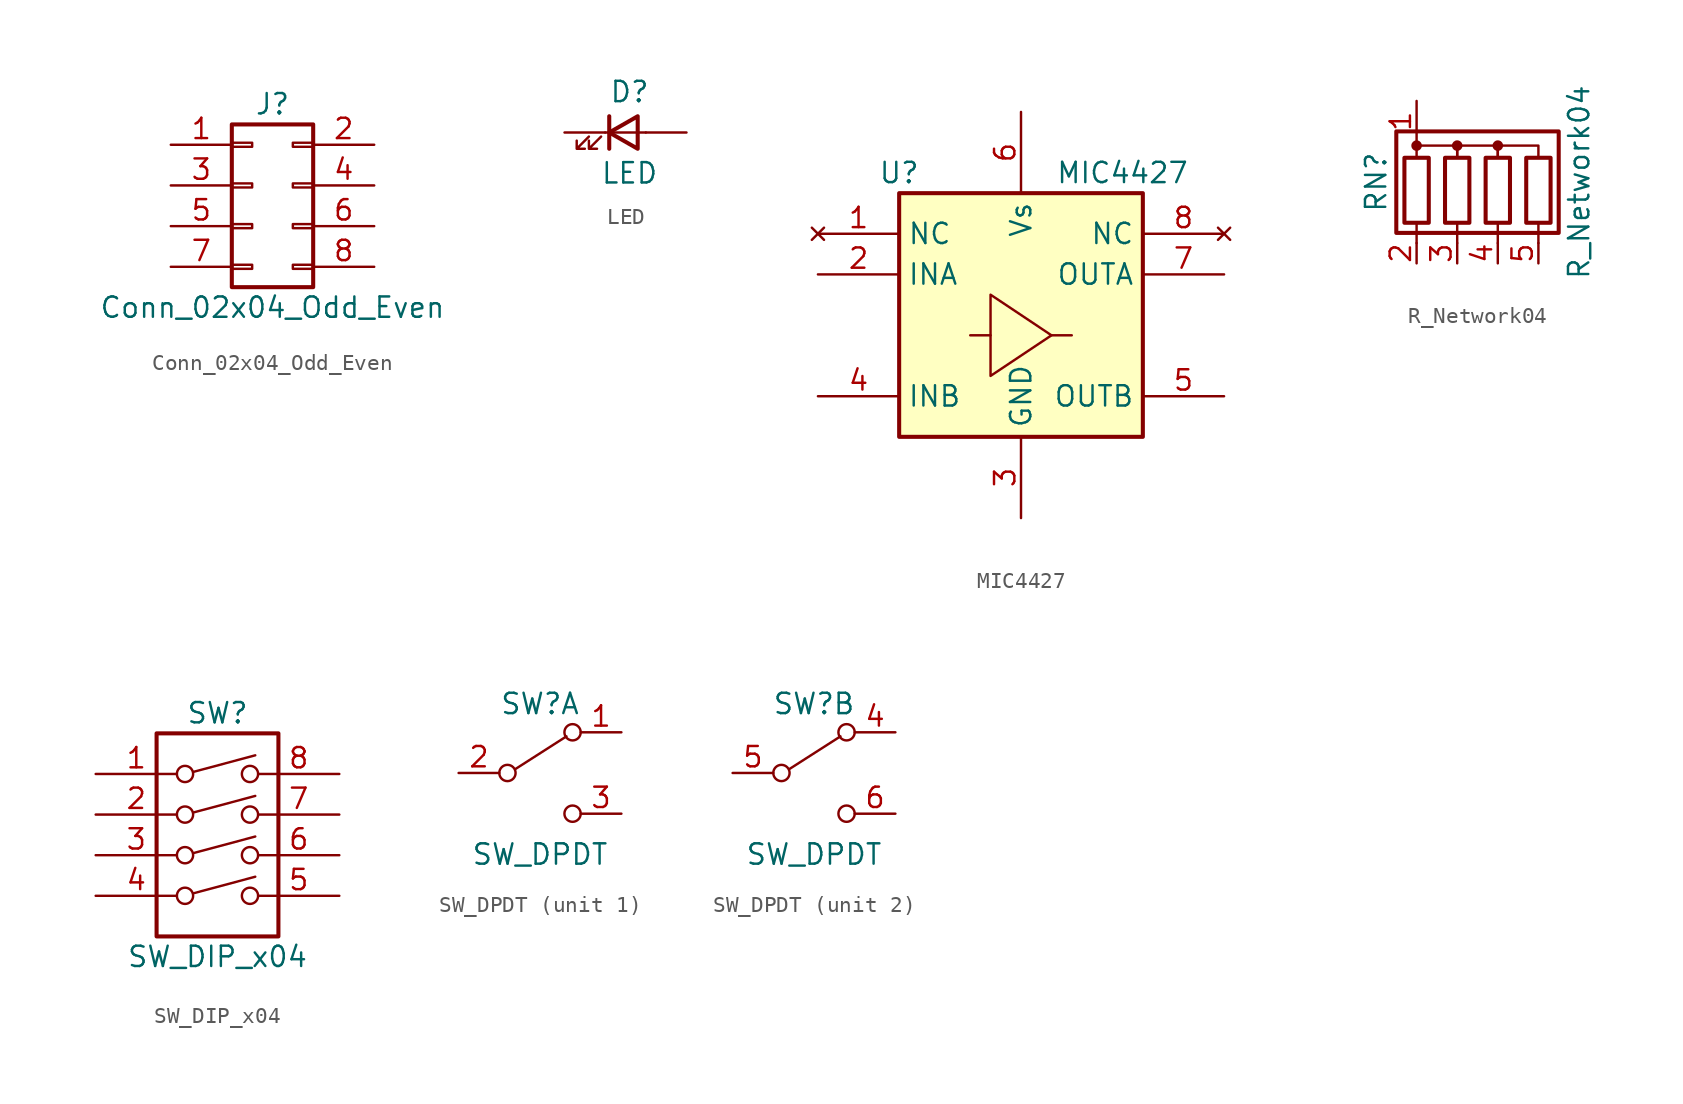
<source format=kicad_sym>
(kicad_symbol_lib
  (version 20220914)
  (generator kicad_symbol_editor)
  (symbol "Conn_02x04_Odd_Even"
    (pin_names
      (offset 1.016) hide)
    (property "Reference" "J"
      (at 1.27 5.08 0)
      (effects (font (size 1.27 1.27))))
    (property "Value" "Conn_02x04_Odd_Even"
      (at 1.27 -7.62 0)
      (effects (font (size 1.27 1.27))))
    (symbol "Conn_02x04_Odd_Even_1_1"
      (rectangle (start -1.27 -4.953) (end 0 -5.207) (stroke (width 0.152) (type default)) (fill (type none)))
      (rectangle (start -1.27 -2.413) (end 0 -2.667) (stroke (width 0.152) (type default)) (fill (type none)))
      (rectangle (start -1.27 0.127) (end 0 -0.127) (stroke (width 0.152) (type default)) (fill (type none)))
      (rectangle (start -1.27 2.667) (end 0 2.413) (stroke (width 0.152) (type default)) (fill (type none)))
      (rectangle (start -1.27 3.81) (end 3.81 -6.35) (stroke (width 0.254) (type default)) (fill (type none)))
      (rectangle (start 3.81 -4.953) (end 2.54 -5.207) (stroke (width 0.152) (type default)) (fill (type none)))
      (rectangle (start 3.81 -2.413) (end 2.54 -2.667) (stroke (width 0.152) (type default)) (fill (type none)))
      (rectangle (start 3.81 0.127) (end 2.54 -0.127) (stroke (width 0.152) (type default)) (fill (type none)))
      (rectangle (start 3.81 2.667) (end 2.54 2.413) (stroke (width 0.152) (type default)) (fill (type none)))
      (pin passive line (at -5.08 2.54 0) (length 3.81) (name "Pin_1" (effects (font (size 1.27 1.27)))) (number "1" (effects (font (size 1.27 1.27)))))
      (pin passive line (at 7.62 2.54 180) (length 3.81) (name "Pin_2" (effects (font (size 1.27 1.27)))) (number "2" (effects (font (size 1.27 1.27)))))
      (pin passive line (at -5.08 0 0) (length 3.81) (name "Pin_3" (effects (font (size 1.27 1.27)))) (number "3" (effects (font (size 1.27 1.27)))))
      (pin passive line (at 7.62 0 180) (length 3.81) (name "Pin_4" (effects (font (size 1.27 1.27)))) (number "4" (effects (font (size 1.27 1.27)))))
      (pin passive line (at -5.08 -2.54 0) (length 3.81) (name "Pin_5" (effects (font (size 1.27 1.27)))) (number "5" (effects (font (size 1.27 1.27)))))
      (pin passive line (at 7.62 -2.54 180) (length 3.81) (name "Pin_6" (effects (font (size 1.27 1.27)))) (number "6" (effects (font (size 1.27 1.27)))))
      (pin passive line (at -5.08 -5.08 0) (length 3.81) (name "Pin_7" (effects (font (size 1.27 1.27)))) (number "7" (effects (font (size 1.27 1.27)))))
      (pin passive line (at 7.62 -5.08 180) (length 3.81) (name "Pin_8" (effects (font (size 1.27 1.27)))) (number "8" (effects (font (size 1.27 1.27)))))))
  (symbol "LED"
    (pin_numbers hide)
    (pin_names
      (offset 1.016) hide)
    (property "Reference" "D"
      (at 0.254 2.54 0)
      (effects (font (size 1.27 1.27))))
    (property "Value" "LED"
      (at 0.254 -2.54 0)
      (effects (font (size 1.27 1.27))))
    (symbol "LED_0_1"
      (polyline (pts (xy -1.27 0) (xy 1.27 0)) (stroke (width 0) (type default)) (fill (type none)))
      (polyline (pts (xy -1.016 -1.016) (xy -1.016 1.016)) (stroke (width 0.254) (type default)) (fill (type none)))
      (polyline (pts (xy 0.762 -1.016) (xy 0.762 1.016) (xy -1.016 0) (xy 0.762 -1.016)) (stroke (width 0.254) (type default)) (fill (type none)))
      (polyline (pts (xy -2.286 -0.254) (xy -3.048 -1.016) (xy -2.54 -1.016) (xy -3.048 -1.016) (xy -3.048 -0.508)) (stroke (width 0) (type default)) (fill (type none)))
      (polyline (pts (xy -1.524 -0.254) (xy -2.286 -1.016) (xy -1.778 -1.016) (xy -2.286 -1.016) (xy -2.286 -0.508)) (stroke (width 0) (type default)) (fill (type none))))
    (symbol "LED_1_1"
      (pin passive line (at -3.81 0 0) (length 2.54) (name "K" (effects (font (size 1.27 1.27)))) (number "1" (effects (font (size 1.27 1.27)))))
      (pin passive line (at 3.81 0 180) (length 2.54) (name "A" (effects (font (size 1.27 1.27)))) (number "2" (effects (font (size 1.27 1.27)))))))
  (symbol "MIC4427"
    (property "Reference" "U"
      (at -7.62 -11.43 0)
      (effects (font (size 1.27 1.27))))
    (property "Value" "MIC4427"
      (at 6.35 -11.43 0)
      (effects (font (size 1.27 1.27))))
    (symbol "MIC4427_1_0"
      (pin no_connect line (at -12.7 -15.24 0) (length 5.08) (name "NC" (effects (font (size 1.27 1.27)))) (number "1" (effects (font (size 1.27 1.27)))))
      (pin input line (at -12.7 -17.78 0) (length 5.08) (name "INA" (effects (font (size 1.27 1.27)))) (number "2" (effects (font (size 1.27 1.27)))))
      (pin power_in line (at 0 -33.02 90) (length 5.08) (name "GND" (effects (font (size 1.27 1.27)))) (number "3" (effects (font (size 1.27 1.27)))))
      (pin input line (at -12.7 -25.4 0) (length 5.08) (name "INB" (effects (font (size 1.27 1.27)))) (number "4" (effects (font (size 1.27 1.27)))))
      (pin output line (at 12.7 -25.4 180) (length 5.08) (name "OUTB" (effects (font (size 1.27 1.27)))) (number "5" (effects (font (size 1.27 1.27)))))
      (pin power_in line (at 0 -7.62 270) (length 5.08) (name "Vs" (effects (font (size 1.27 1.27)))) (number "6" (effects (font (size 1.27 1.27)))))
      (pin output line (at 12.7 -17.78 180) (length 5.08) (name "OUTA" (effects (font (size 1.27 1.27)))) (number "7" (effects (font (size 1.27 1.27)))))
      (pin no_connect line (at 12.7 -15.24 180) (length 5.08) (name "NC" (effects (font (size 1.27 1.27)))) (number "8" (effects (font (size 1.27 1.27))))))
    (symbol "MIC4427_1_1"
      (rectangle (start -7.62 -12.7) (end 7.62 -27.94) (stroke (width 0.254) (type default)) (fill (type background)))
      (polyline (pts (xy -1.905 -21.59) (xy -3.175 -21.59)) (stroke (width 0) (type default)) (fill (type none)))
      (polyline (pts (xy 1.905 -21.59) (xy 3.175 -21.59)) (stroke (width 0) (type default)) (fill (type none)))
      (polyline (pts (xy 1.905 -21.59) (xy -1.905 -19.05) (xy -1.905 -24.13) (xy 1.905 -21.59)) (stroke (width 0) (type default)) (fill (type none)))))
  (symbol "R_Network04"
    (pin_names
      (offset 0) hide)
    (property "Reference" "RN"
      (at -7.62 0 90)
      (effects (font (size 1.27 1.27))))
    (property "Value" "R_Network04"
      (at 5.08 0 90)
      (effects (font (size 1.27 1.27))))
    (symbol "R_Network04_0_1"
      (rectangle (start -5.842 1.524) (end -4.318 -2.54) (stroke (width 0.254) (type default)) (fill (type none)))
      (circle (center -5.08 2.286) (radius 0.254) (stroke (width 0) (type default)) (fill (type outline)))
      (rectangle (start -3.302 1.524) (end -1.778 -2.54) (stroke (width 0.254) (type default)) (fill (type none)))
      (circle (center -2.54 2.286) (radius 0.254) (stroke (width 0) (type default)) (fill (type outline)))
      (rectangle (start -0.762 1.524) (end 0.762 -2.54) (stroke (width 0.254) (type default)) (fill (type none)))
      (polyline (pts (xy -5.08 -2.54) (xy -5.08 -3.81)) (stroke (width 0) (type default)) (fill (type none)))
      (polyline (pts (xy -2.54 -2.54) (xy -2.54 -3.81)) (stroke (width 0) (type default)) (fill (type none)))
      (polyline (pts (xy 0 -2.54) (xy 0 -3.81)) (stroke (width 0) (type default)) (fill (type none)))
      (polyline (pts (xy 2.54 -2.54) (xy 2.54 -3.81)) (stroke (width 0) (type default)) (fill (type none)))
      (polyline (pts (xy -5.08 1.524) (xy -5.08 2.286) (xy -2.54 2.286) (xy -2.54 1.524)) (stroke (width 0) (type default)) (fill (type none)))
      (polyline (pts (xy -2.54 1.524) (xy -2.54 2.286) (xy 0 2.286) (xy 0 1.524)) (stroke (width 0) (type default)) (fill (type none)))
      (polyline (pts (xy 0 1.524) (xy 0 2.286) (xy 2.54 2.286) (xy 2.54 1.524)) (stroke (width 0) (type default)) (fill (type none)))
      (circle (center 0 2.286) (radius 0.254) (stroke (width 0) (type default)) (fill (type outline)))
      (rectangle (start 1.778 1.524) (end 3.302 -2.54) (stroke (width 0.254) (type default)) (fill (type none))))
    (symbol "R_Network04_1_1"
      (rectangle (start -6.35 3.175) (end 3.81 -3.175) (stroke (width 0.254) (type default)) (fill (type none)))
      (pin passive line (at -5.08 5.08 270) (length 2.54) (name "common" (effects (font (size 1.27 1.27)))) (number "1" (effects (font (size 1.27 1.27)))))
      (pin passive line (at -5.08 -5.08 90) (length 1.27) (name "R1" (effects (font (size 1.27 1.27)))) (number "2" (effects (font (size 1.27 1.27)))))
      (pin passive line (at -2.54 -5.08 90) (length 1.27) (name "R2" (effects (font (size 1.27 1.27)))) (number "3" (effects (font (size 1.27 1.27)))))
      (pin passive line (at 0 -5.08 90) (length 1.27) (name "R3" (effects (font (size 1.27 1.27)))) (number "4" (effects (font (size 1.27 1.27)))))
      (pin passive line (at 2.54 -5.08 90) (length 1.27) (name "R4" (effects (font (size 1.27 1.27)))) (number "5" (effects (font (size 1.27 1.27)))))))
  (symbol "SW_DIP_x04"
    (pin_names
      (offset 0) hide)
    (property "Reference" "SW"
      (at 0 8.89 0)
      (effects (font (size 1.27 1.27))))
    (property "Value" "SW_DIP_x04"
      (at 0 -6.35 0)
      (effects (font (size 1.27 1.27))))
    (symbol "SW_DIP_x04_0_0"
      (circle (center -2.032 -2.54) (radius 0.508) (stroke (width 0) (type default)) (fill (type none)))
      (circle (center -2.032 0) (radius 0.508) (stroke (width 0) (type default)) (fill (type none)))
      (circle (center -2.032 2.54) (radius 0.508) (stroke (width 0) (type default)) (fill (type none)))
      (circle (center -2.032 5.08) (radius 0.508) (stroke (width 0) (type default)) (fill (type none)))
      (polyline (pts (xy -1.524 -2.388) (xy 2.362 -1.346)) (stroke (width 0) (type default)) (fill (type none)))
      (polyline (pts (xy -1.524 0.127) (xy 2.362 1.168)) (stroke (width 0) (type default)) (fill (type none)))
      (polyline (pts (xy -1.524 2.667) (xy 2.362 3.708)) (stroke (width 0) (type default)) (fill (type none)))
      (polyline (pts (xy -1.524 5.207) (xy 2.362 6.248)) (stroke (width 0) (type default)) (fill (type none)))
      (circle (center 2.032 -2.54) (radius 0.508) (stroke (width 0) (type default)) (fill (type none)))
      (circle (center 2.032 0) (radius 0.508) (stroke (width 0) (type default)) (fill (type none)))
      (circle (center 2.032 2.54) (radius 0.508) (stroke (width 0) (type default)) (fill (type none)))
      (circle (center 2.032 5.08) (radius 0.508) (stroke (width 0) (type default)) (fill (type none))))
    (symbol "SW_DIP_x04_1_1"
      (rectangle (start -3.81 7.62) (end 3.81 -5.08) (stroke (width 0.254) (type default)) (fill (type none)))
      (pin passive line (at -7.62 5.08 0) (length 5.08) (name "~" (effects (font (size 1.27 1.27)))) (number "1" (effects (font (size 1.27 1.27)))))
      (pin passive line (at -7.62 2.54 0) (length 5.08) (name "~" (effects (font (size 1.27 1.27)))) (number "2" (effects (font (size 1.27 1.27)))))
      (pin passive line (at -7.62 0 0) (length 5.08) (name "~" (effects (font (size 1.27 1.27)))) (number "3" (effects (font (size 1.27 1.27)))))
      (pin passive line (at -7.62 -2.54 0) (length 5.08) (name "~" (effects (font (size 1.27 1.27)))) (number "4" (effects (font (size 1.27 1.27)))))
      (pin passive line (at 7.62 -2.54 180) (length 5.08) (name "~" (effects (font (size 1.27 1.27)))) (number "5" (effects (font (size 1.27 1.27)))))
      (pin passive line (at 7.62 0 180) (length 5.08) (name "~" (effects (font (size 1.27 1.27)))) (number "6" (effects (font (size 1.27 1.27)))))
      (pin passive line (at 7.62 2.54 180) (length 5.08) (name "~" (effects (font (size 1.27 1.27)))) (number "7" (effects (font (size 1.27 1.27)))))
      (pin passive line (at 7.62 5.08 180) (length 5.08) (name "~" (effects (font (size 1.27 1.27)))) (number "8" (effects (font (size 1.27 1.27)))))))
  (symbol "SW_DPDT"
    (pin_names
      (offset 0) hide)
    (property "Reference" "SW"
      (at 0 4.318 0)
      (effects (font (size 1.27 1.27))))
    (property "Value" "SW_DPDT"
      (at 0 -5.08 0)
      (effects (font (size 1.27 1.27))))
    (symbol "SW_DPDT_0_0"
      (circle (center -2.032 0) (radius 0.508) (stroke (width 0) (type default)) (fill (type none)))
      (circle (center 2.032 -2.54) (radius 0.508) (stroke (width 0) (type default)) (fill (type none))))
    (symbol "SW_DPDT_0_1"
      (polyline (pts (xy -1.524 0.254) (xy 1.651 2.286)) (stroke (width 0) (type default)) (fill (type none)))
      (circle (center 2.032 2.54) (radius 0.508) (stroke (width 0) (type default)) (fill (type none))))
    (symbol "SW_DPDT_1_1"
      (pin passive line (at 5.08 2.54 180) (length 2.54) (name "A" (effects (font (size 1.27 1.27)))) (number "1" (effects (font (size 1.27 1.27)))))
      (pin passive line (at -5.08 0 0) (length 2.54) (name "B" (effects (font (size 1.27 1.27)))) (number "2" (effects (font (size 1.27 1.27)))))
      (pin passive line (at 5.08 -2.54 180) (length 2.54) (name "C" (effects (font (size 1.27 1.27)))) (number "3" (effects (font (size 1.27 1.27))))))
    (symbol "SW_DPDT_2_1"
      (pin passive line (at 5.08 2.54 180) (length 2.54) (name "A" (effects (font (size 1.27 1.27)))) (number "4" (effects (font (size 1.27 1.27)))))
      (pin passive line (at -5.08 0 0) (length 2.54) (name "B" (effects (font (size 1.27 1.27)))) (number "5" (effects (font (size 1.27 1.27)))))
      (pin passive line (at 5.08 -2.54 180) (length 2.54) (name "C" (effects (font (size 1.27 1.27)))) (number "6" (effects (font (size 1.27 1.27))))))))
</source>
